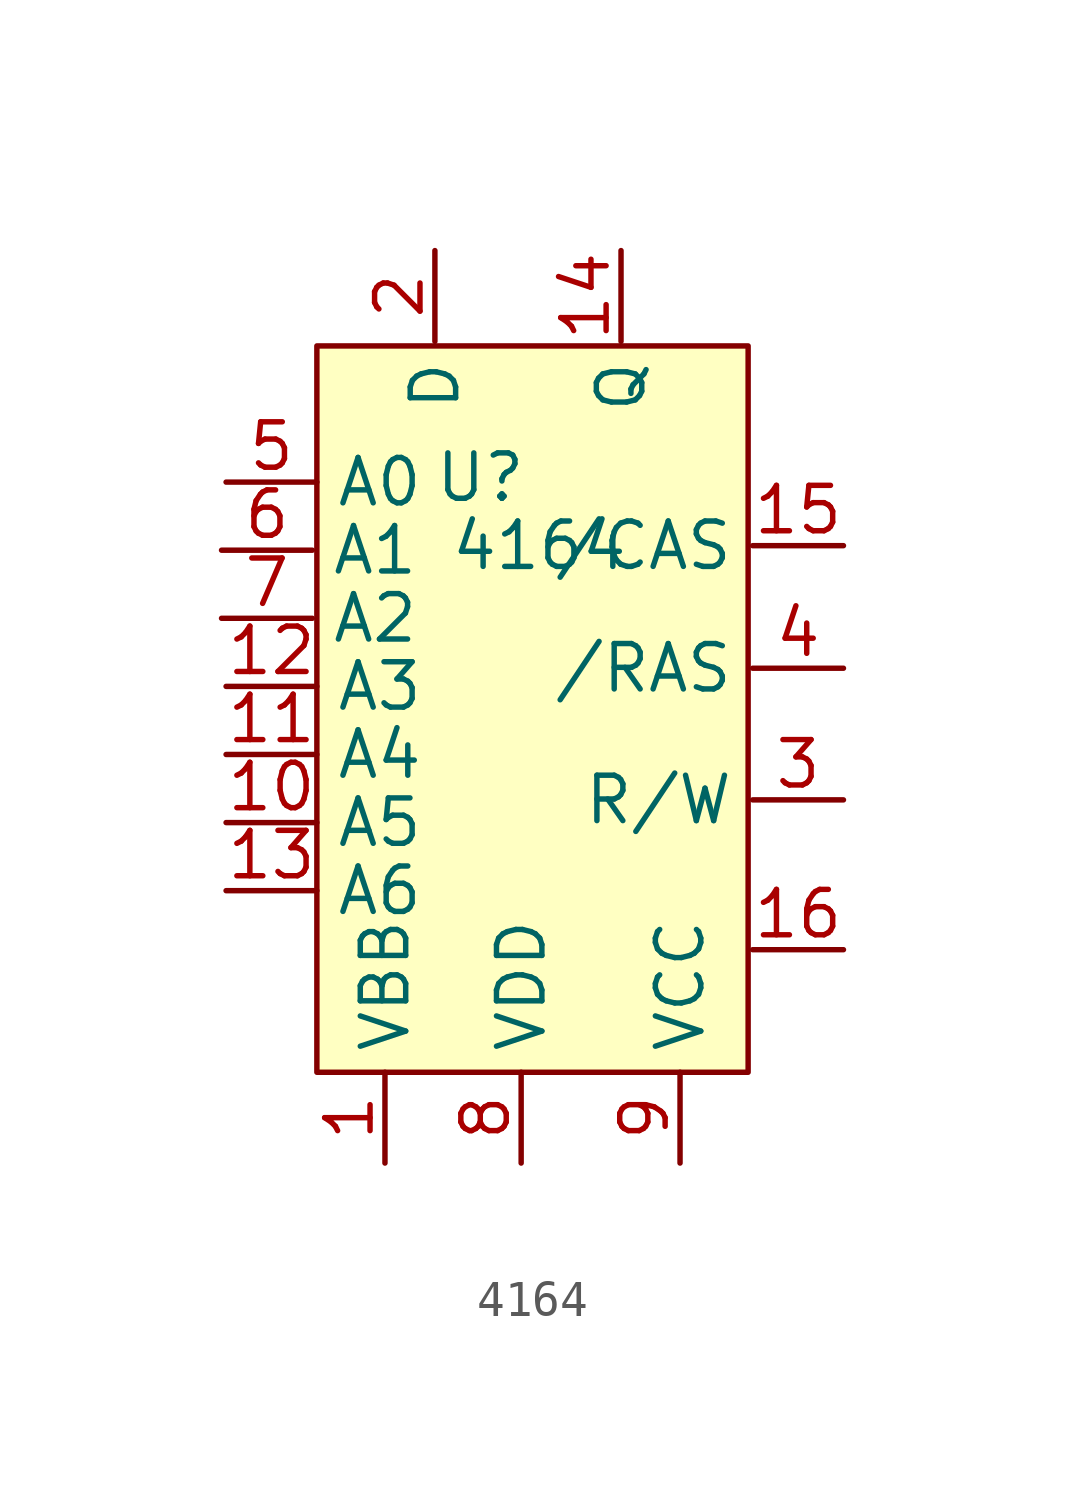
<source format=kicad_sym>
(kicad_symbol_lib
  (version 20211014)
  (generator kicad_symbol_editor)
  (symbol "4164"
    (property "Reference" "U"
      (at -41.148 -27.813 0)
      (effects (font (size 1.27 1.27))))
    (property "Value" "4164"
      (at -39.497 -29.718 0)
      (effects (font (size 1.27 1.27))))
    (symbol "4164_0_1"
      (rectangle (start -45.72 -24.13) (end -33.655 -44.45) (stroke (width 0) (type default) (color 0 0 0 0)) (fill (type background))))
    (symbol "4164_1_1"
      (pin input line (at -43.815 -46.99 90) (length 2.54) (name "VBB" (effects (font (size 1.27 1.27)))) (number "1" (effects (font (size 1.27 1.27)))))
      (pin input line (at -48.26 -37.465 0) (length 2.54) (name "A5" (effects (font (size 1.27 1.27)))) (number "10" (effects (font (size 1.27 1.27)))))
      (pin input line (at -48.26 -35.56 0) (length 2.54) (name "A4" (effects (font (size 1.27 1.27)))) (number "11" (effects (font (size 1.27 1.27)))))
      (pin input line (at -48.26 -33.655 0) (length 2.54) (name "A3" (effects (font (size 1.27 1.27)))) (number "12" (effects (font (size 1.27 1.27)))))
      (pin input line (at -48.26 -39.37 0) (length 2.54) (name "A6" (effects (font (size 1.27 1.27)))) (number "13" (effects (font (size 1.27 1.27)))))
      (pin output line (at -37.211 -21.463 270) (length 2.54) (name "Q" (effects (font (size 1.27 1.27)))) (number "14" (effects (font (size 1.27 1.27)))))
      (pin input line (at -30.988 -29.718 180) (length 2.54) (name "/CAS" (effects (font (size 1.27 1.27)))) (number "15" (effects (font (size 1.27 1.27)))))
      (pin power_in line (at -30.988 -41.021 180) (length 2.54) (name "" (effects (font (size 1.27 1.27)))) (number "16" (effects (font (size 1.27 1.27)))))
      (pin input line (at -42.418 -21.463 270) (length 2.54) (name "D" (effects (font (size 1.27 1.27)))) (number "2" (effects (font (size 1.27 1.27)))))
      (pin input line (at -30.988 -36.83 180) (length 2.54) (name "R/W" (effects (font (size 1.27 1.27)))) (number "3" (effects (font (size 1.27 1.27)))))
      (pin input line (at -30.988 -33.147 180) (length 2.54) (name "/RAS" (effects (font (size 1.27 1.27)))) (number "4" (effects (font (size 1.27 1.27)))))
      (pin input line (at -48.26 -27.94 0) (length 2.54) (name "A0" (effects (font (size 1.27 1.27)))) (number "5" (effects (font (size 1.27 1.27)))))
      (pin input line (at -48.387 -29.845 0) (length 2.54) (name "A1" (effects (font (size 1.27 1.27)))) (number "6" (effects (font (size 1.27 1.27)))))
      (pin input line (at -48.387 -31.75 0) (length 2.54) (name "A2" (effects (font (size 1.27 1.27)))) (number "7" (effects (font (size 1.27 1.27)))))
      (pin power_in line (at -40.005 -46.99 90) (length 2.54) (name "VDD" (effects (font (size 1.27 1.27)))) (number "8" (effects (font (size 1.27 1.27)))))
      (pin power_in line (at -35.56 -46.99 90) (length 2.54) (name "VCC" (effects (font (size 1.27 1.27)))) (number "9" (effects (font (size 1.27 1.27))))))))
</source>
